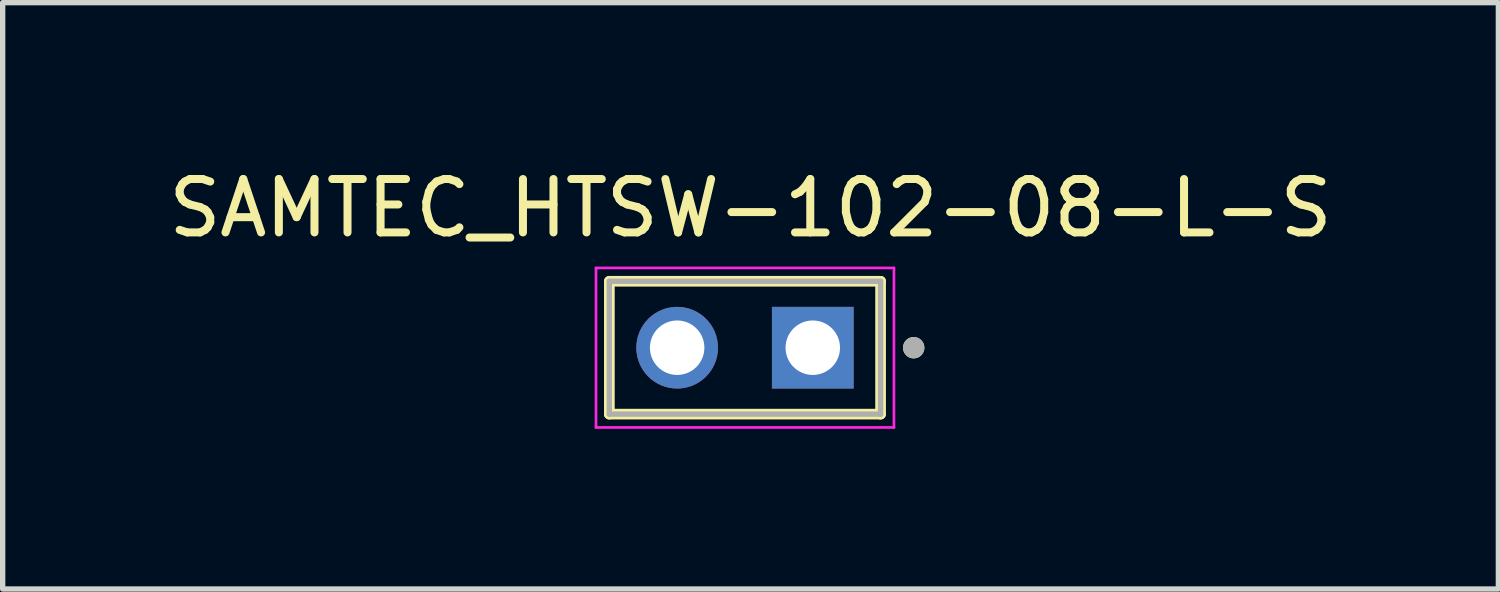
<source format=kicad_pcb>
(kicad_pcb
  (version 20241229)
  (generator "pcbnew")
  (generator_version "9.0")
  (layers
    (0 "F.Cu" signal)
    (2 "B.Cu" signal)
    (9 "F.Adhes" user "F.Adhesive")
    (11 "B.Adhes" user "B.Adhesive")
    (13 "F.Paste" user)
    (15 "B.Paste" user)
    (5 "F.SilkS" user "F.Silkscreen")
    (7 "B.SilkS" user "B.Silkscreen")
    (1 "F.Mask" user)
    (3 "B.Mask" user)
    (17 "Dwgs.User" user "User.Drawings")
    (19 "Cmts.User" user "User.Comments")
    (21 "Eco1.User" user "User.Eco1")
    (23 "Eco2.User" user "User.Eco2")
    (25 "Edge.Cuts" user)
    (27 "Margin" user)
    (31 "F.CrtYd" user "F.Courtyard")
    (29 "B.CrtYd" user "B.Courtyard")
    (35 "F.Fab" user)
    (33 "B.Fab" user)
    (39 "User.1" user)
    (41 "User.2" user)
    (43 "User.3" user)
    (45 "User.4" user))
  (footprint "SAMTEC_HTSW-102-08-L-S"
    (layer "F.Cu")
    (at 10.902 3.462)
    (property "Reference" "SAMTEC_HTSW-102-08-L-S" (at 0.104 -2.614 0) (layer "F.SilkS") (effects (font (size 1 1) (thickness 0.15))))
    (attr through_hole)
    (fp_line (start -2.54 -1.244) (end 2.54 -1.244) (stroke (width 0.2) (type solid)) (layer "F.SilkS"))
    (fp_line (start -2.54 1.244) (end -2.54 -1.244) (stroke (width 0.2) (type solid)) (layer "F.SilkS"))
    (fp_line (start 2.54 -1.244) (end 2.54 1.244) (stroke (width 0.2) (type solid)) (layer "F.SilkS"))
    (fp_line (start 2.54 1.244) (end -2.54 1.244) (stroke (width 0.2) (type solid)) (layer "F.SilkS"))
    (fp_circle (center 3.16 0) (end 3.26 0) (stroke (width 0.2) (type solid)) (fill no) (layer "F.SilkS"))
    (fp_line (start -2.79 -1.494) (end 2.79 -1.494) (stroke (width 0.05) (type solid)) (layer "F.CrtYd"))
    (fp_line (start -2.79 1.494) (end -2.79 -1.494) (stroke (width 0.05) (type solid)) (layer "F.CrtYd"))
    (fp_line (start 2.79 -1.494) (end 2.79 1.494) (stroke (width 0.05) (type solid)) (layer "F.CrtYd"))
    (fp_line (start 2.79 1.494) (end -2.79 1.494) (stroke (width 0.05) (type solid)) (layer "F.CrtYd"))
    (fp_line (start -2.54 -1.244) (end 2.54 -1.244) (stroke (width 0.1) (type solid)) (layer "F.Fab"))
    (fp_line (start -2.54 1.244) (end -2.54 -1.244) (stroke (width 0.1) (type solid)) (layer "F.Fab"))
    (fp_line (start 2.54 -1.244) (end 2.54 1.244) (stroke (width 0.1) (type solid)) (layer "F.Fab"))
    (fp_line (start 2.54 1.244) (end -2.54 1.244) (stroke (width 0.1) (type solid)) (layer "F.Fab"))
    (fp_circle (center 3.16 0) (end 3.26 0) (stroke (width 0.2) (type solid)) (fill no) (layer "F.Fab"))
    (pad "01" thru_hole rect (at 1.27 0) (size 1.53 1.53) (drill 1.02) (layers "*.Cu" "*.Mask"))
    (pad "02" thru_hole circle (at -1.27 0) (size 1.53 1.53) (drill 1.02) (layers "*.Cu" "*.Mask")))
  (gr_rect
    (start -3 -3)
    (end 25.012 7.981)
    (stroke (width 0.1) (type default))
    (fill no)
    (layer "Edge.Cuts")))
</source>
